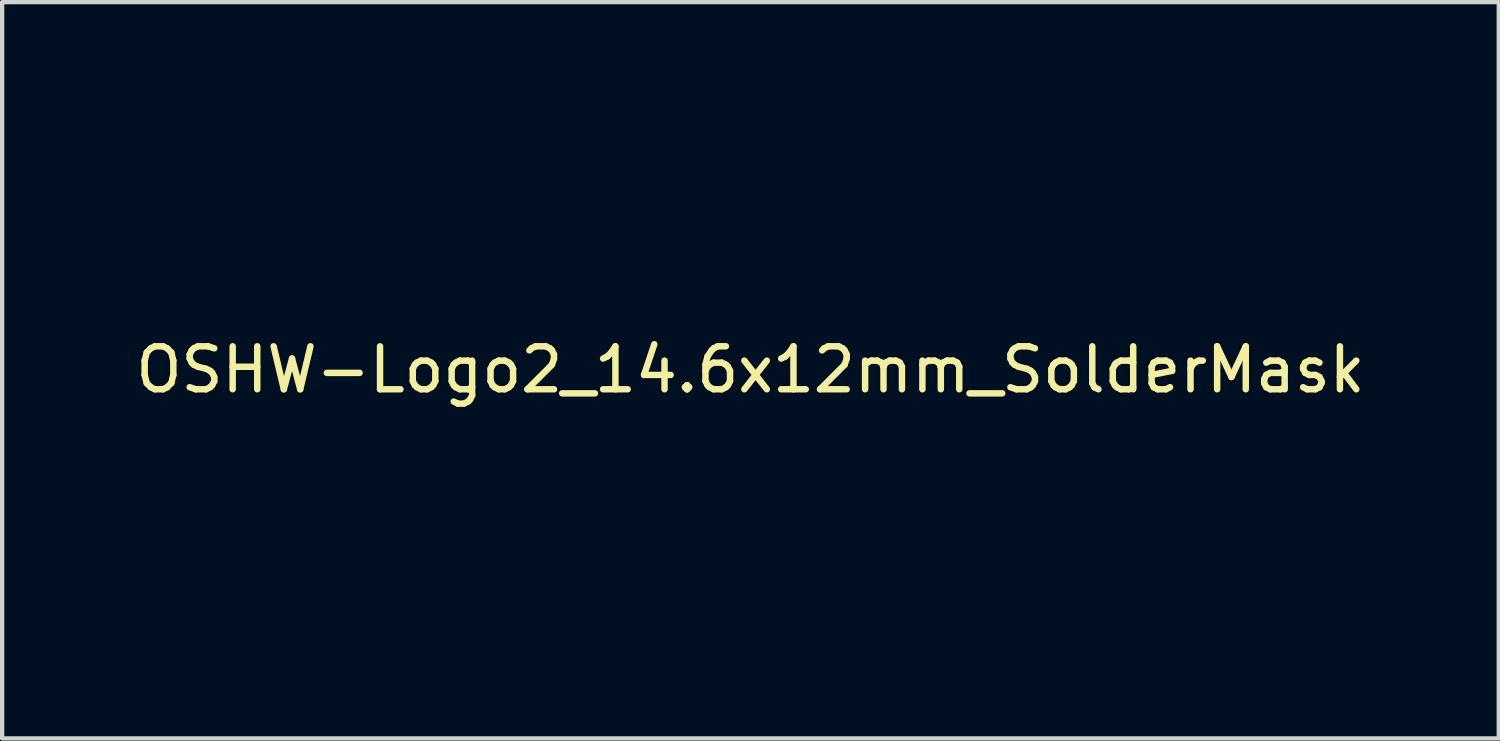
<source format=kicad_pcb>
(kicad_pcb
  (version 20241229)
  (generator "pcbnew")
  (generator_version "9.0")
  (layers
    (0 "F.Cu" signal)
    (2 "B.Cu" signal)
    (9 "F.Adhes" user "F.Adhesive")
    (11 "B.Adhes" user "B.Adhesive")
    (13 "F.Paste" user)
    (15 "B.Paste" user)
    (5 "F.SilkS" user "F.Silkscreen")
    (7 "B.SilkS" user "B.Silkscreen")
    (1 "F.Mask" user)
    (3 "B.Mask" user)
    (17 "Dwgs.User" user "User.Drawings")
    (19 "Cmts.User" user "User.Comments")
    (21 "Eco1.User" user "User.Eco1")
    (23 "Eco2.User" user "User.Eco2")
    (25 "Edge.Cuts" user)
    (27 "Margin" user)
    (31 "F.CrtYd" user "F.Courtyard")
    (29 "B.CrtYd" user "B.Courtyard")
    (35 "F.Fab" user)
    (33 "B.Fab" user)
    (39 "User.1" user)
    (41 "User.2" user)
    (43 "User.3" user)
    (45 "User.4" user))
  (footprint "OSHW-Logo2_14.6x12mm_SolderMask"
    (layer "F.Cu")
    (at 14.411 5.552)
    (property "Reference" "OSHW-Logo2_14.6x12mm_SolderMask" (at 0 0 0) (layer "F.SilkS") (effects (font (size 1 1) (thickness 0.15))))
    (attr exclude_from_pos_files exclude_from_bom)
    (fp_poly (pts (xy 5.336 3.94) (xy 5.371 3.955) (xy 5.454 4.021) (xy 5.525 4.117) (xy 5.569 4.218) (xy 5.576 4.269) (xy 5.552 4.339) (xy 5.5 4.376) (xy 5.443 4.398) (xy 5.417 4.402) (xy 5.405 4.372) (xy 5.38 4.307) (xy 5.369 4.277) (xy 5.308 4.175) (xy 5.219 4.124) (xy 5.105 4.126) (xy 5.097 4.128) (xy 5.036 4.157) (xy 4.991 4.213) (xy 4.961 4.303) (xy 4.943 4.435) (xy 4.935 4.614) (xy 4.934 4.709) (xy 4.934 4.86) (xy 4.931 4.962) (xy 4.925 5.028) (xy 4.912 5.066) (xy 4.892 5.088) (xy 4.861 5.104) (xy 4.86 5.105) (xy 4.801 5.129) (xy 4.772 5.138) (xy 4.768 5.111) (xy 4.764 5.035) (xy 4.761 4.92) (xy 4.759 4.775) (xy 4.759 4.67) (xy 4.761 4.466) (xy 4.767 4.311) (xy 4.782 4.196) (xy 4.806 4.113) (xy 4.842 4.051) (xy 4.893 4.003) (xy 4.943 3.969) (xy 5.063 3.925) (xy 5.204 3.915) (xy 5.336 3.94)) (stroke (width 0.01) (type solid)) (fill yes) (layer "F.Mask"))
    (fp_poly (pts (xy -2.583 3.878) (xy -2.489 3.932) (xy -2.424 3.986) (xy -2.376 4.042) (xy -2.343 4.111) (xy -2.323 4.202) (xy -2.311 4.327) (xy -2.307 4.493) (xy -2.306 4.613) (xy -2.306 5.054) (xy -2.431 5.109) (xy -2.555 5.165) (xy -2.569 4.682) (xy -2.575 4.502) (xy -2.582 4.371) (xy -2.589 4.281) (xy -2.6 4.222) (xy -2.614 4.185) (xy -2.634 4.163) (xy -2.64 4.158) (xy -2.736 4.12) (xy -2.833 4.135) (xy -2.89 4.175) (xy -2.914 4.203) (xy -2.93 4.241) (xy -2.94 4.297) (xy -2.946 4.383) (xy -2.948 4.51) (xy -2.949 4.641) (xy -2.949 4.806) (xy -2.952 4.923) (xy -2.961 5.002) (xy -2.981 5.052) (xy -3.015 5.086) (xy -3.068 5.112) (xy -3.138 5.138) (xy -3.215 5.168) (xy -3.206 4.649) (xy -3.202 4.463) (xy -3.198 4.324) (xy -3.192 4.226) (xy -3.183 4.156) (xy -3.169 4.107) (xy -3.15 4.067) (xy -3.127 4.033) (xy -3.015 3.922) (xy -2.878 3.858) (xy -2.73 3.842) (xy -2.583 3.878)) (stroke (width 0.01) (type solid)) (fill yes) (layer "F.Mask"))
    (fp_poly (pts (xy 1.066 3.922) (xy 1.199 3.971) (xy 1.306 4.057) (xy 1.348 4.118) (xy 1.394 4.23) (xy 1.393 4.311) (xy 1.345 4.365) (xy 1.327 4.375) (xy 1.25 4.403) (xy 1.211 4.396) (xy 1.198 4.348) (xy 1.197 4.321) (xy 1.173 4.223) (xy 1.109 4.154) (xy 1.021 4.12) (xy 0.923 4.129) (xy 0.843 4.172) (xy 0.816 4.197) (xy 0.796 4.227) (xy 0.783 4.273) (xy 0.775 4.343) (xy 0.77 4.45) (xy 0.765 4.602) (xy 0.764 4.65) (xy 0.76 4.815) (xy 0.756 4.931) (xy 0.749 5.008) (xy 0.738 5.055) (xy 0.722 5.082) (xy 0.698 5.098) (xy 0.683 5.105) (xy 0.618 5.13) (xy 0.58 5.138) (xy 0.567 5.111) (xy 0.559 5.029) (xy 0.556 4.89) (xy 0.558 4.694) (xy 0.559 4.664) (xy 0.563 4.485) (xy 0.569 4.355) (xy 0.576 4.262) (xy 0.587 4.198) (xy 0.603 4.151) (xy 0.626 4.111) (xy 0.637 4.094) (xy 0.705 4.019) (xy 0.78 3.961) (xy 0.789 3.956) (xy 0.924 3.915) (xy 1.066 3.922)) (stroke (width 0.01) (type solid)) (fill yes) (layer "F.Mask"))
    (fp_poly (pts (xy 3.58 3.94) (xy 3.585 4.017) (xy 3.588 4.133) (xy 3.59 4.281) (xy 3.591 4.435) (xy 3.591 4.959) (xy 3.499 5.051) (xy 3.435 5.108) (xy 3.379 5.131) (xy 3.303 5.13) (xy 3.272 5.126) (xy 3.178 5.115) (xy 3.099 5.109) (xy 3.08 5.108) (xy 3.016 5.112) (xy 2.924 5.121) (xy 2.888 5.126) (xy 2.8 5.133) (xy 2.741 5.118) (xy 2.683 5.072) (xy 2.662 5.051) (xy 2.569 4.959) (xy 2.569 3.98) (xy 2.644 3.946) (xy 2.708 3.921) (xy 2.745 3.912) (xy 2.755 3.94) (xy 2.764 4.018) (xy 2.771 4.136) (xy 2.777 4.288) (xy 2.78 4.416) (xy 2.788 4.919) (xy 2.858 4.929) (xy 2.921 4.922) (xy 2.952 4.9) (xy 2.961 4.858) (xy 2.968 4.77) (xy 2.974 4.645) (xy 2.977 4.496) (xy 2.977 4.419) (xy 2.978 3.976) (xy 3.07 3.944) (xy 3.135 3.922) (xy 3.17 3.912) (xy 3.171 3.912) (xy 3.175 3.94) (xy 3.179 4.016) (xy 3.183 4.133) (xy 3.186 4.279) (xy 3.189 4.416) (xy 3.197 4.919) (xy 3.372 4.919) (xy 3.38 4.46) (xy 3.388 4.001) (xy 3.474 3.956) (xy 3.537 3.926) (xy 3.574 3.912) (xy 3.575 3.912) (xy 3.58 3.94)) (stroke (width 0.01) (type solid)) (fill yes) (layer "F.Mask"))
    (fp_poly (pts (xy -1.255 3.724) (xy -1.247 3.843) (xy -1.237 3.914) (xy -1.223 3.944) (xy -1.203 3.945) (xy -1.197 3.941) (xy -1.111 3.914) (xy -0.999 3.916) (xy -0.886 3.943) (xy -0.814 3.978) (xy -0.742 4.035) (xy -0.688 4.099) (xy -0.652 4.18) (xy -0.629 4.288) (xy -0.617 4.433) (xy -0.613 4.624) (xy -0.613 4.661) (xy -0.613 5.074) (xy -0.705 5.106) (xy -0.77 5.128) (xy -0.806 5.138) (xy -0.807 5.138) (xy -0.811 5.111) (xy -0.814 5.035) (xy -0.816 4.921) (xy -0.817 4.778) (xy -0.817 4.691) (xy -0.818 4.52) (xy -0.82 4.397) (xy -0.825 4.313) (xy -0.834 4.258) (xy -0.849 4.221) (xy -0.871 4.193) (xy -0.885 4.18) (xy -0.979 4.126) (xy -1.082 4.122) (xy -1.175 4.168) (xy -1.192 4.184) (xy -1.217 4.215) (xy -1.235 4.252) (xy -1.246 4.304) (xy -1.252 4.384) (xy -1.255 4.501) (xy -1.255 4.663) (xy -1.255 5.074) (xy -1.347 5.106) (xy -1.413 5.128) (xy -1.448 5.138) (xy -1.45 5.138) (xy -1.452 5.11) (xy -1.455 5.032) (xy -1.457 4.909) (xy -1.458 4.751) (xy -1.459 4.565) (xy -1.46 4.358) (xy -1.46 4.349) (xy -1.46 3.559) (xy -1.365 3.519) (xy -1.27 3.479) (xy -1.255 3.724)) (stroke (width 0.01) (type solid)) (fill yes) (layer "F.Mask"))
    (fp_poly (pts (xy -5.952 3.866) (xy -5.815 3.938) (xy -5.714 4.054) (xy -5.678 4.128) (xy -5.65 4.24) (xy -5.636 4.381) (xy -5.635 4.535) (xy -5.645 4.686) (xy -5.668 4.816) (xy -5.701 4.91) (xy -5.711 4.926) (xy -5.833 5.046) (xy -5.977 5.118) (xy -6.133 5.139) (xy -6.291 5.107) (xy -6.335 5.087) (xy -6.42 5.027) (xy -6.496 4.947) (xy -6.503 4.937) (xy -6.532 4.888) (xy -6.551 4.836) (xy -6.562 4.767) (xy -6.567 4.669) (xy -6.569 4.528) (xy -6.569 4.496) (xy -6.569 4.486) (xy -6.277 4.486) (xy -6.275 4.619) (xy -6.269 4.708) (xy -6.255 4.765) (xy -6.231 4.804) (xy -6.219 4.817) (xy -6.149 4.867) (xy -6.081 4.865) (xy -6.012 4.822) (xy -5.971 4.775) (xy -5.947 4.708) (xy -5.934 4.601) (xy -5.933 4.589) (xy -5.93 4.396) (xy -5.955 4.253) (xy -6.005 4.16) (xy -6.082 4.119) (xy -6.109 4.117) (xy -6.181 4.128) (xy -6.23 4.167) (xy -6.26 4.242) (xy -6.274 4.361) (xy -6.277 4.486) (xy -6.569 4.486) (xy -6.568 4.346) (xy -6.563 4.241) (xy -6.553 4.168) (xy -6.536 4.114) (xy -6.509 4.067) (xy -6.503 4.058) (xy -6.404 3.939) (xy -6.296 3.87) (xy -6.164 3.843) (xy -6.119 3.841) (xy -5.952 3.866)) (stroke (width 0.01) (type solid)) (fill yes) (layer "F.Mask"))
    (fp_poly (pts (xy 6.343 3.957) (xy 6.459 4.032) (xy 6.515 4.1) (xy 6.559 4.222) (xy 6.562 4.319) (xy 6.554 4.449) (xy 6.255 4.58) (xy 6.11 4.647) (xy 6.015 4.701) (xy 5.965 4.747) (xy 5.957 4.793) (xy 5.984 4.843) (xy 6.014 4.876) (xy 6.102 4.929) (xy 6.198 4.932) (xy 6.286 4.891) (xy 6.351 4.809) (xy 6.362 4.78) (xy 6.418 4.69) (xy 6.482 4.651) (xy 6.569 4.618) (xy 6.569 4.743) (xy 6.561 4.828) (xy 6.531 4.9) (xy 6.468 4.982) (xy 6.458 4.993) (xy 6.388 5.066) (xy 6.327 5.106) (xy 6.251 5.124) (xy 6.188 5.13) (xy 6.075 5.131) (xy 5.995 5.113) (xy 5.945 5.085) (xy 5.867 5.024) (xy 5.812 4.958) (xy 5.778 4.874) (xy 5.759 4.762) (xy 5.752 4.609) (xy 5.752 4.531) (xy 5.754 4.438) (xy 5.93 4.438) (xy 5.932 4.488) (xy 5.937 4.496) (xy 5.971 4.485) (xy 6.043 4.455) (xy 6.14 4.414) (xy 6.16 4.405) (xy 6.282 4.342) (xy 6.35 4.288) (xy 6.364 4.237) (xy 6.329 4.185) (xy 6.3 4.162) (xy 6.194 4.116) (xy 6.095 4.124) (xy 6.013 4.18) (xy 5.956 4.279) (xy 5.937 4.357) (xy 5.93 4.438) (xy 5.754 4.438) (xy 5.755 4.349) (xy 5.769 4.215) (xy 5.797 4.117) (xy 5.842 4.045) (xy 5.907 3.988) (xy 5.935 3.969) (xy 6.065 3.921) (xy 6.206 3.918) (xy 6.343 3.957)) (stroke (width 0.01) (type solid)) (fill yes) (layer "F.Mask"))
    (fp_poly (pts (xy 2.394 4.154) (xy 2.394 4.373) (xy 2.392 4.541) (xy 2.389 4.666) (xy 2.384 4.757) (xy 2.375 4.822) (xy 2.364 4.869) (xy 2.348 4.906) (xy 2.336 4.927) (xy 2.236 5.041) (xy 2.111 5.112) (xy 1.971 5.138) (xy 1.832 5.114) (xy 1.749 5.072) (xy 1.662 4.999) (xy 1.602 4.911) (xy 1.566 4.794) (xy 1.55 4.639) (xy 1.547 4.525) (xy 1.548 4.517) (xy 1.752 4.517) (xy 1.753 4.648) (xy 1.759 4.734) (xy 1.772 4.791) (xy 1.795 4.832) (xy 1.823 4.862) (xy 1.918 4.922) (xy 2.019 4.927) (xy 2.115 4.877) (xy 2.122 4.871) (xy 2.154 4.836) (xy 2.174 4.794) (xy 2.185 4.732) (xy 2.189 4.636) (xy 2.19 4.529) (xy 2.188 4.396) (xy 2.182 4.307) (xy 2.169 4.248) (xy 2.145 4.206) (xy 2.126 4.184) (xy 2.038 4.128) (xy 1.936 4.121) (xy 1.838 4.164) (xy 1.819 4.18) (xy 1.787 4.215) (xy 1.767 4.258) (xy 1.757 4.32) (xy 1.752 4.417) (xy 1.752 4.517) (xy 1.548 4.517) (xy 1.555 4.342) (xy 1.578 4.204) (xy 1.624 4.101) (xy 1.694 4.02) (xy 1.749 3.978) (xy 1.848 3.934) (xy 1.964 3.913) (xy 2.071 3.919) (xy 2.131 3.941) (xy 2.155 3.947) (xy 2.17 3.924) (xy 2.181 3.86) (xy 2.19 3.763) (xy 2.199 3.655) (xy 2.211 3.589) (xy 2.234 3.552) (xy 2.274 3.528) (xy 2.299 3.517) (xy 2.394 3.477) (xy 2.394 4.154)) (stroke (width 0.01) (type solid)) (fill yes) (layer "F.Mask"))
    (fp_poly (pts (xy -3.684 3.885) (xy -3.569 3.962) (xy -3.48 4.074) (xy -3.427 4.216) (xy -3.417 4.321) (xy -3.418 4.365) (xy -3.428 4.398) (xy -3.456 4.428) (xy -3.511 4.461) (xy -3.601 4.505) (xy -3.736 4.565) (xy -3.737 4.565) (xy -3.861 4.622) (xy -3.963 4.673) (xy -4.032 4.711) (xy -4.058 4.733) (xy -4.058 4.733) (xy -4.035 4.78) (xy -3.982 4.831) (xy -3.921 4.868) (xy -3.889 4.876) (xy -3.805 4.85) (xy -3.732 4.786) (xy -3.696 4.716) (xy -3.662 4.664) (xy -3.595 4.605) (xy -3.516 4.554) (xy -3.446 4.527) (xy -3.432 4.525) (xy -3.415 4.55) (xy -3.414 4.614) (xy -3.426 4.701) (xy -3.449 4.793) (xy -3.48 4.873) (xy -3.482 4.877) (xy -3.575 5.007) (xy -3.696 5.095) (xy -3.833 5.139) (xy -3.975 5.134) (xy -4.112 5.077) (xy -4.118 5.073) (xy -4.225 4.975) (xy -4.296 4.848) (xy -4.335 4.682) (xy -4.34 4.635) (xy -4.349 4.413) (xy -4.338 4.31) (xy -4.058 4.31) (xy -4.055 4.375) (xy -4.035 4.393) (xy -3.985 4.379) (xy -3.907 4.346) (xy -3.819 4.304) (xy -3.817 4.303) (xy -3.743 4.264) (xy -3.713 4.238) (xy -3.721 4.211) (xy -3.751 4.175) (xy -3.83 4.123) (xy -3.915 4.119) (xy -3.991 4.157) (xy -4.043 4.23) (xy -4.058 4.31) (xy -4.338 4.31) (xy -4.33 4.236) (xy -4.281 4.096) (xy -4.213 3.997) (xy -4.09 3.898) (xy -3.954 3.849) (xy -3.816 3.846) (xy -3.684 3.885)) (stroke (width 0.01) (type solid)) (fill yes) (layer "F.Mask"))
    (fp_poly (pts (xy 0.08 3.924) (xy 0.194 3.967) (xy 0.196 3.968) (xy 0.266 4.02) (xy 0.319 4.081) (xy 0.355 4.16) (xy 0.38 4.267) (xy 0.394 4.413) (xy 0.403 4.605) (xy 0.404 4.633) (xy 0.414 5.047) (xy 0.325 5.092) (xy 0.261 5.123) (xy 0.222 5.138) (xy 0.22 5.138) (xy 0.214 5.111) (xy 0.208 5.038) (xy 0.205 4.931) (xy 0.204 4.844) (xy 0.204 4.704) (xy 0.198 4.616) (xy 0.176 4.574) (xy 0.128 4.572) (xy 0.045 4.604) (xy -0.08 4.662) (xy -0.172 4.711) (xy -0.22 4.753) (xy -0.234 4.799) (xy -0.234 4.801) (xy -0.211 4.88) (xy -0.143 4.923) (xy -0.039 4.929) (xy 0.036 4.928) (xy 0.076 4.95) (xy 0.1 5.002) (xy 0.115 5.068) (xy 0.094 5.105) (xy 0.087 5.11) (xy 0.014 5.132) (xy -0.087 5.135) (xy -0.192 5.121) (xy -0.266 5.095) (xy -0.368 5.008) (xy -0.426 4.887) (xy -0.438 4.792) (xy -0.429 4.707) (xy -0.397 4.637) (xy -0.334 4.576) (xy -0.232 4.514) (xy -0.082 4.444) (xy -0.073 4.44) (xy 0.062 4.378) (xy 0.145 4.326) (xy 0.181 4.28) (xy 0.173 4.234) (xy 0.126 4.18) (xy 0.112 4.168) (xy 0.017 4.12) (xy -0.081 4.122) (xy -0.166 4.169) (xy -0.223 4.256) (xy -0.228 4.273) (xy -0.279 4.356) (xy -0.344 4.395) (xy -0.438 4.435) (xy -0.438 4.333) (xy -0.409 4.184) (xy -0.325 4.048) (xy -0.28 4.002) (xy -0.18 3.944) (xy -0.052 3.917) (xy 0.08 3.924)) (stroke (width 0.01) (type solid)) (fill yes) (layer "F.Mask"))
    (fp_poly (pts (xy -4.828 3.862) (xy -4.717 3.918) (xy -4.618 4.02) (xy -4.591 4.058) (xy -4.561 4.107) (xy -4.542 4.161) (xy -4.531 4.233) (xy -4.526 4.337) (xy -4.525 4.474) (xy -4.53 4.662) (xy -4.547 4.803) (xy -4.58 4.908) (xy -4.632 4.988) (xy -4.706 5.055) (xy -4.711 5.059) (xy -4.785 5.099) (xy -4.873 5.119) (xy -4.985 5.124) (xy -5.167 5.124) (xy -5.168 5.301) (xy -5.169 5.399) (xy -5.18 5.457) (xy -5.207 5.492) (xy -5.258 5.521) (xy -5.271 5.527) (xy -5.329 5.555) (xy -5.374 5.573) (xy -5.407 5.574) (xy -5.431 5.554) (xy -5.446 5.506) (xy -5.454 5.424) (xy -5.458 5.303) (xy -5.457 5.136) (xy -5.454 4.919) (xy -5.454 4.854) (xy -5.451 4.63) (xy -5.448 4.483) (xy -5.168 4.483) (xy -5.166 4.607) (xy -5.159 4.689) (xy -5.143 4.743) (xy -5.115 4.784) (xy -5.096 4.804) (xy -5.018 4.863) (xy -4.949 4.868) (xy -4.877 4.819) (xy -4.876 4.817) (xy -4.847 4.78) (xy -4.829 4.728) (xy -4.82 4.65) (xy -4.817 4.529) (xy -4.817 4.503) (xy -4.824 4.337) (xy -4.846 4.222) (xy -4.885 4.151) (xy -4.945 4.12) (xy -4.979 4.117) (xy -5.061 4.131) (xy -5.118 4.181) (xy -5.151 4.27) (xy -5.166 4.407) (xy -5.168 4.483) (xy -5.448 4.483) (xy -5.448 4.456) (xy -5.444 4.325) (xy -5.438 4.23) (xy -5.43 4.162) (xy -5.419 4.115) (xy -5.404 4.079) (xy -5.385 4.048) (xy -5.377 4.036) (xy -5.267 3.925) (xy -5.129 3.862) (xy -4.968 3.844) (xy -4.828 3.862)) (stroke (width 0.01) (type solid)) (fill yes) (layer "F.Mask"))
    (fp_poly (pts (xy 4.314 3.935) (xy 4.398 3.973) (xy 4.464 4.02) (xy 4.513 4.072) (xy 4.546 4.138) (xy 4.567 4.23) (xy 4.579 4.355) (xy 4.583 4.525) (xy 4.584 4.636) (xy 4.584 5.071) (xy 4.509 5.105) (xy 4.451 5.129) (xy 4.422 5.138) (xy 4.416 5.111) (xy 4.412 5.038) (xy 4.409 4.931) (xy 4.409 4.846) (xy 4.406 4.724) (xy 4.399 4.627) (xy 4.39 4.567) (xy 4.382 4.554) (xy 4.33 4.567) (xy 4.249 4.601) (xy 4.155 4.645) (xy 4.065 4.694) (xy 3.995 4.737) (xy 3.963 4.767) (xy 3.963 4.767) (xy 3.965 4.822) (xy 3.99 4.874) (xy 4.035 4.917) (xy 4.099 4.931) (xy 4.154 4.929) (xy 4.232 4.928) (xy 4.273 4.946) (xy 4.297 4.995) (xy 4.3 5.004) (xy 4.311 5.073) (xy 4.283 5.114) (xy 4.208 5.134) (xy 4.128 5.138) (xy 3.984 5.111) (xy 3.909 5.072) (xy 3.817 4.98) (xy 3.768 4.868) (xy 3.764 4.749) (xy 3.805 4.638) (xy 3.867 4.569) (xy 3.929 4.53) (xy 4.027 4.481) (xy 4.141 4.431) (xy 4.16 4.424) (xy 4.285 4.369) (xy 4.357 4.32) (xy 4.38 4.272) (xy 4.358 4.217) (xy 4.321 4.175) (xy 4.233 4.123) (xy 4.137 4.119) (xy 4.048 4.159) (xy 3.984 4.239) (xy 3.976 4.26) (xy 3.927 4.336) (xy 3.856 4.393) (xy 3.766 4.439) (xy 3.766 4.308) (xy 3.771 4.227) (xy 3.794 4.164) (xy 3.844 4.096) (xy 3.893 4.044) (xy 3.968 3.97) (xy 4.026 3.931) (xy 4.088 3.915) (xy 4.159 3.912) (xy 4.314 3.935)) (stroke (width 0.01) (type solid)) (fill yes) (layer "F.Mask"))
    (fp_poly (pts (xy 0.209 -5.547) (xy 0.367 -5.546) (xy 0.481 -5.544) (xy 0.559 -5.539) (xy 0.609 -5.532) (xy 0.636 -5.521) (xy 0.65 -5.505) (xy 0.656 -5.484) (xy 0.657 -5.481) (xy 0.667 -5.433) (xy 0.686 -5.337) (xy 0.711 -5.204) (xy 0.741 -5.045) (xy 0.774 -4.868) (xy 0.775 -4.862) (xy 0.807 -4.689) (xy 0.838 -4.537) (xy 0.865 -4.413) (xy 0.885 -4.328) (xy 0.898 -4.291) (xy 0.898 -4.29) (xy 0.935 -4.272) (xy 1.011 -4.242) (xy 1.109 -4.206) (xy 1.109 -4.205) (xy 1.233 -4.159) (xy 1.379 -4.099) (xy 1.517 -4.04) (xy 1.523 -4.037) (xy 1.747 -3.935) (xy 2.244 -4.274) (xy 2.396 -4.377) (xy 2.534 -4.47) (xy 2.649 -4.546) (xy 2.735 -4.601) (xy 2.782 -4.629) (xy 2.786 -4.631) (xy 2.82 -4.621) (xy 2.884 -4.577) (xy 2.98 -4.495) (xy 3.11 -4.373) (xy 3.243 -4.244) (xy 3.372 -4.116) (xy 3.487 -4) (xy 3.581 -3.902) (xy 3.648 -3.829) (xy 3.681 -3.79) (xy 3.682 -3.788) (xy 3.686 -3.76) (xy 3.672 -3.716) (xy 3.638 -3.648) (xy 3.579 -3.551) (xy 3.493 -3.418) (xy 3.378 -3.248) (xy 3.276 -3.097) (xy 3.185 -2.963) (xy 3.11 -2.851) (xy 3.056 -2.771) (xy 3.029 -2.73) (xy 3.028 -2.727) (xy 3.031 -2.687) (xy 3.056 -2.61) (xy 3.098 -2.511) (xy 3.113 -2.479) (xy 3.178 -2.337) (xy 3.247 -2.176) (xy 3.304 -2.036) (xy 3.344 -1.933) (xy 3.377 -1.854) (xy 3.395 -1.813) (xy 3.397 -1.81) (xy 3.432 -1.805) (xy 3.513 -1.791) (xy 3.629 -1.769) (xy 3.771 -1.743) (xy 3.927 -1.713) (xy 4.087 -1.683) (xy 4.239 -1.653) (xy 4.374 -1.627) (xy 4.479 -1.606) (xy 4.546 -1.593) (xy 4.562 -1.589) (xy 4.579 -1.579) (xy 4.591 -1.557) (xy 4.6 -1.516) (xy 4.607 -1.449) (xy 4.61 -1.347) (xy 4.612 -1.204) (xy 4.613 -1.013) (xy 4.613 -0.934) (xy 4.613 -0.296) (xy 4.46 -0.266) (xy 4.374 -0.249) (xy 4.247 -0.225) (xy 4.093 -0.197) (xy 3.929 -0.167) (xy 3.883 -0.158) (xy 3.731 -0.129) (xy 3.598 -0.1) (xy 3.497 -0.074) (xy 3.437 -0.054) (xy 3.427 -0.048) (xy 3.402 -0.005) (xy 3.367 0.076) (xy 3.328 0.182) (xy 3.32 0.204) (xy 3.269 0.345) (xy 3.206 0.504) (xy 3.144 0.646) (xy 3.144 0.647) (xy 3.04 0.87) (xy 3.72 1.87) (xy 3.284 2.307) (xy 3.152 2.437) (xy 3.031 2.552) (xy 2.929 2.645) (xy 2.852 2.711) (xy 2.807 2.742) (xy 2.801 2.744) (xy 2.763 2.729) (xy 2.686 2.684) (xy 2.577 2.617) (xy 2.447 2.533) (xy 2.305 2.438) (xy 2.161 2.341) (xy 2.033 2.257) (xy 1.929 2.19) (xy 1.857 2.147) (xy 1.824 2.131) (xy 1.785 2.144) (xy 1.71 2.179) (xy 1.614 2.227) (xy 1.604 2.233) (xy 1.476 2.297) (xy 1.389 2.328) (xy 1.334 2.329) (xy 1.306 2.3) (xy 1.305 2.299) (xy 1.291 2.264) (xy 1.257 2.182) (xy 1.206 2.059) (xy 1.141 1.9) (xy 1.064 1.714) (xy 0.977 1.505) (xy 0.894 1.302) (xy 0.802 1.079) (xy 0.717 0.872) (xy 0.643 0.688) (xy 0.581 0.533) (xy 0.534 0.414) (xy 0.505 0.336) (xy 0.496 0.307) (xy 0.519 0.274) (xy 0.577 0.221) (xy 0.656 0.163) (xy 0.879 -0.022) (xy 1.053 -0.234) (xy 1.176 -0.468) (xy 1.247 -0.721) (xy 1.262 -0.987) (xy 1.251 -1.109) (xy 1.189 -1.364) (xy 1.082 -1.589) (xy 0.937 -1.782) (xy 0.76 -1.941) (xy 0.559 -2.063) (xy 0.339 -2.147) (xy 0.107 -2.19) (xy -0.13 -2.189) (xy -0.365 -2.144) (xy -0.592 -2.05) (xy -0.804 -1.907) (xy -0.892 -1.827) (xy -1.062 -1.619) (xy -1.18 -1.392) (xy -1.248 -1.153) (xy -1.265 -0.907) (xy -1.233 -0.662) (xy -1.153 -0.424) (xy -1.025 -0.2) (xy -0.851 0.003) (xy -0.656 0.163) (xy -0.574 0.224) (xy -0.517 0.276) (xy -0.496 0.307) (xy -0.507 0.342) (xy -0.538 0.423) (xy -0.586 0.546) (xy -0.649 0.704) (xy -0.725 0.891) (xy -0.81 1.099) (xy -0.894 1.302) (xy -0.986 1.526) (xy -1.072 1.733) (xy -1.148 1.917) (xy -1.212 2.072) (xy -1.262 2.192) (xy -1.294 2.27) (xy -1.306 2.299) (xy -1.334 2.329) (xy -1.388 2.329) (xy -1.476 2.297) (xy -1.603 2.233) (xy -1.604 2.233) (xy -1.701 2.183) (xy -1.778 2.147) (xy -1.822 2.131) (xy -1.824 2.131) (xy -1.857 2.147) (xy -1.93 2.191) (xy -2.035 2.258) (xy -2.163 2.342) (xy -2.305 2.438) (xy -2.45 2.535) (xy -2.58 2.619) (xy -2.688 2.686) (xy -2.764 2.729) (xy -2.801 2.744) (xy -2.835 2.724) (xy -2.902 2.669) (xy -2.997 2.584) (xy -3.112 2.475) (xy -3.242 2.349) (xy -3.284 2.307) (xy -3.72 1.87) (xy -3.388 1.382) (xy -3.287 1.233) (xy -3.198 1.098) (xy -3.127 0.987) (xy -3.078 0.907) (xy -3.056 0.865) (xy -3.056 0.862) (xy -3.067 0.823) (xy -3.098 0.744) (xy -3.143 0.639) (xy -3.174 0.568) (xy -3.233 0.433) (xy -3.289 0.296) (xy -3.332 0.181) (xy -3.343 0.146) (xy -3.376 0.052) (xy -3.409 -0.02) (xy -3.427 -0.048) (xy -3.466 -0.064) (xy -3.552 -0.088) (xy -3.673 -0.116) (xy -3.818 -0.146) (xy -3.883 -0.158) (xy -4.048 -0.189) (xy -4.206 -0.218) (xy -4.343 -0.243) (xy -4.441 -0.262) (xy -4.46 -0.266) (xy -4.613 -0.296) (xy -4.613 -0.934) (xy -4.613 -1.144) (xy -4.611 -1.303) (xy -4.608 -1.418) (xy -4.603 -1.497) (xy -4.595 -1.546) (xy -4.583 -1.573) (xy -4.568 -1.586) (xy -4.562 -1.589) (xy -4.524 -1.597) (xy -4.44 -1.614) (xy -4.321 -1.637) (xy -4.178 -1.665) (xy -4.022 -1.695) (xy -3.862 -1.725) (xy -3.711 -1.754) (xy -3.578 -1.779) (xy -3.475 -1.797) (xy -3.412 -1.808) (xy -3.397 -1.81) (xy -3.385 -1.835) (xy -3.357 -1.902) (xy -3.318 -1.999) (xy -3.304 -2.036) (xy -3.245 -2.182) (xy -3.175 -2.343) (xy -3.113 -2.479) (xy -3.067 -2.582) (xy -3.036 -2.668) (xy -3.026 -2.72) (xy -3.028 -2.727) (xy -3.049 -2.76) (xy -3.098 -2.833) (xy -3.17 -2.939) (xy -3.258 -3.07) (xy -3.359 -3.218) (xy -3.379 -3.247) (xy -3.495 -3.42) (xy -3.581 -3.552) (xy -3.639 -3.648) (xy -3.673 -3.716) (xy -3.686 -3.76) (xy -3.683 -3.787) (xy -3.683 -3.787) (xy -3.654 -3.823) (xy -3.59 -3.893) (xy -3.498 -3.988) (xy -3.385 -4.103) (xy -3.258 -4.23) (xy -3.243 -4.244) (xy -3.083 -4.399) (xy -2.959 -4.513) (xy -2.87 -4.588) (xy -2.812 -4.626) (xy -2.786 -4.631) (xy -2.749 -4.609) (xy -2.671 -4.56) (xy -2.562 -4.488) (xy -2.428 -4.399) (xy -2.279 -4.298) (xy -2.244 -4.274) (xy -1.747 -3.935) (xy -1.523 -4.037) (xy -1.387 -4.096) (xy -1.241 -4.156) (xy -1.115 -4.203) (xy -1.109 -4.205) (xy -1.011 -4.241) (xy -0.935 -4.272) (xy -0.898 -4.29) (xy -0.898 -4.29) (xy -0.886 -4.323) (xy -0.867 -4.405) (xy -0.84 -4.525) (xy -0.81 -4.676) (xy -0.777 -4.848) (xy -0.775 -4.862) (xy -0.742 -5.039) (xy -0.712 -5.199) (xy -0.686 -5.333) (xy -0.667 -5.43) (xy -0.657 -5.481) (xy -0.657 -5.481) (xy -0.651 -5.503) (xy -0.638 -5.519) (xy -0.613 -5.531) (xy -0.566 -5.539) (xy -0.492 -5.543) (xy -0.382 -5.546) (xy -0.229 -5.547) (xy -0.026 -5.547) (xy 0 -5.547) (xy 0.209 -5.547)) (stroke (width 0.01) (type solid)) (fill yes) (layer "F.Mask")))
  (gr_rect
    (start -3 -3)
    (end 31.821 14.131)
    (stroke (width 0.1) (type default))
    (fill no)
    (layer "Edge.Cuts")))
</source>
